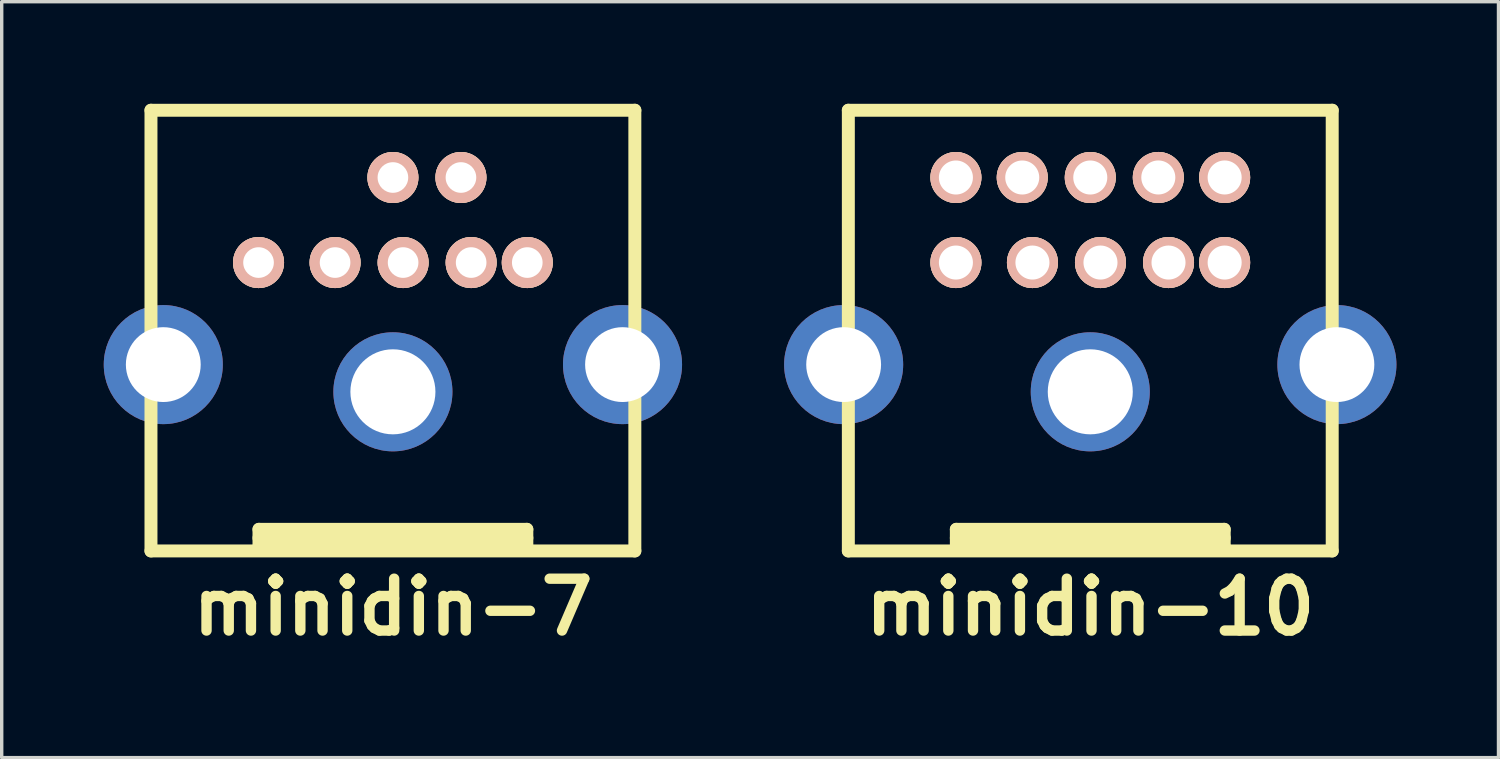
<source format=kicad_pcb>
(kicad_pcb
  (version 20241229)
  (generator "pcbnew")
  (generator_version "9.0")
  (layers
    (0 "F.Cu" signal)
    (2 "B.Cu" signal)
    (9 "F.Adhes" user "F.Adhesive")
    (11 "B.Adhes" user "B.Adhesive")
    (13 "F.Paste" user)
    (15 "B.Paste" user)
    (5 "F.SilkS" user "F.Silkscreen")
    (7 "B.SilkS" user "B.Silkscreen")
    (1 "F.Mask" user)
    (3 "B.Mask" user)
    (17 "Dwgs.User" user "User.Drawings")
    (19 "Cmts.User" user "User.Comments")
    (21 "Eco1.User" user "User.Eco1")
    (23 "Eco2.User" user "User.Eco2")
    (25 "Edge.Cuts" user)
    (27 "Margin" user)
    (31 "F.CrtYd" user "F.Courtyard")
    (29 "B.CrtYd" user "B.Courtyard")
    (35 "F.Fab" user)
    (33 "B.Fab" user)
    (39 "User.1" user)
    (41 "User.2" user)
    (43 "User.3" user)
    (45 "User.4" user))
  (footprint "minidin-7"
    (layer "F.Cu")
    (at 8.5 6.668)
    (property "Reference" "minidin-7" (at 0 8.128 0) (layer "F.SilkS") (effects (font (size 1.524 1.524) (thickness 0.305))))
    (attr through_hole)
    (fp_line (start -7.112 -6.477) (end -7.112 6.477) (stroke (width 0.381) (type solid)) (layer "F.SilkS"))
    (fp_line (start -7.112 6.477) (end 7.112 6.477) (stroke (width 0.381) (type solid)) (layer "F.SilkS"))
    (fp_line (start -3.937 5.842) (end -3.937 6.35) (stroke (width 0.381) (type solid)) (layer "F.SilkS"))
    (fp_line (start -3.937 5.842) (end 3.937 5.842) (stroke (width 0.381) (type solid)) (layer "F.SilkS"))
    (fp_line (start -3.937 6.096) (end 3.937 6.096) (stroke (width 0.381) (type solid)) (layer "F.SilkS"))
    (fp_line (start 3.937 5.842) (end 3.937 6.35) (stroke (width 0.381) (type solid)) (layer "F.SilkS"))
    (fp_line (start 3.937 6.35) (end -3.937 6.35) (stroke (width 0.381) (type solid)) (layer "F.SilkS"))
    (fp_line (start 7.112 -6.477) (end -7.112 -6.477) (stroke (width 0.381) (type solid)) (layer "F.SilkS"))
    (fp_line (start 7.112 6.477) (end 7.112 -6.477) (stroke (width 0.381) (type solid)) (layer "F.SilkS"))
    (pad "1" thru_hole circle (at 2.3 -2) (size 1.5 1.5) (drill 0.9) (layers "*.Cu" "*.SilkS" "*.Mask"))
    (pad "2" thru_hole circle (at 0.3 -2) (size 1.5 1.5) (drill 0.9) (layers "*.Cu" "*.SilkS" "*.Mask"))
    (pad "3" thru_hole circle (at -1.7 -2) (size 1.5 1.5) (drill 0.9) (layers "*.Cu" "*.SilkS" "*.Mask"))
    (pad "4" thru_hole circle (at 3.95 -2) (size 1.5 1.5) (drill 0.9) (layers "*.Cu" "*.SilkS" "*.Mask"))
    (pad "5" thru_hole circle (at 2 -4.5) (size 1.5 1.5) (drill 0.9) (layers "*.Cu" "*.SilkS" "*.Mask"))
    (pad "6" thru_hole circle (at 0 -4.5) (size 1.5 1.5) (drill 0.9) (layers "*.Cu" "*.SilkS" "*.Mask"))
    (pad "7" thru_hole circle (at -3.95 -2) (size 1.5 1.5) (drill 0.9) (layers "*.Cu" "*.SilkS" "*.Mask"))
    (pad "11" thru_hole circle (at -6.75 1) (size 3.5 3.5) (drill 2.2) (layers "*.Cu"))
    (pad "12" thru_hole circle (at 0 1.8) (size 3.5 3.5) (drill 2.5) (layers "*.Cu"))
    (pad "13" thru_hole circle (at 6.75 1) (size 3.5 3.5) (drill 2.2) (layers "*.Cu")))
  (footprint "minidin-10"
    (layer "F.Cu")
    (at 29 6.668)
    (property "Reference" "minidin-10" (at 0 8.128 0) (layer "F.SilkS") (effects (font (size 1.524 1.524) (thickness 0.305))))
    (attr through_hole)
    (fp_line (start -7.112 -6.477) (end -7.112 6.477) (stroke (width 0.381) (type solid)) (layer "F.SilkS"))
    (fp_line (start -7.112 6.477) (end 7.112 6.477) (stroke (width 0.381) (type solid)) (layer "F.SilkS"))
    (fp_line (start -3.937 5.842) (end -3.937 6.35) (stroke (width 0.381) (type solid)) (layer "F.SilkS"))
    (fp_line (start -3.937 5.842) (end 3.937 5.842) (stroke (width 0.381) (type solid)) (layer "F.SilkS"))
    (fp_line (start -3.937 6.096) (end 3.937 6.096) (stroke (width 0.381) (type solid)) (layer "F.SilkS"))
    (fp_line (start 3.937 5.842) (end 3.937 6.35) (stroke (width 0.381) (type solid)) (layer "F.SilkS"))
    (fp_line (start 3.937 6.35) (end -3.937 6.35) (stroke (width 0.381) (type solid)) (layer "F.SilkS"))
    (fp_line (start 7.112 -6.477) (end -7.112 -6.477) (stroke (width 0.381) (type solid)) (layer "F.SilkS"))
    (fp_line (start 7.112 6.477) (end 7.112 -6.477) (stroke (width 0.381) (type solid)) (layer "F.SilkS"))
    (pad "1" thru_hole circle (at 2.3 -2) (size 1.5 1.5) (drill 1) (layers "*.Cu" "*.SilkS" "*.Mask"))
    (pad "2" thru_hole circle (at 0.3 -2) (size 1.5 1.5) (drill 1) (layers "*.Cu" "*.SilkS" "*.Mask"))
    (pad "3" thru_hole circle (at -1.7 -2) (size 1.5 1.5) (drill 1) (layers "*.Cu" "*.SilkS" "*.Mask"))
    (pad "4" thru_hole circle (at 3.95 -2) (size 1.5 1.5) (drill 1) (layers "*.Cu" "*.SilkS" "*.Mask"))
    (pad "5" thru_hole circle (at 2 -4.501) (size 1.5 1.5) (drill 1) (layers "*.Cu" "*.SilkS" "*.Mask"))
    (pad "6" thru_hole circle (at 0 -4.5) (size 1.5 1.5) (drill 1) (layers "*.Cu" "*.SilkS" "*.Mask"))
    (pad "7" thru_hole circle (at -3.95 -2) (size 1.5 1.5) (drill 1) (layers "*.Cu" "*.SilkS" "*.Mask"))
    (pad "8" thru_hole circle (at 3.95 -4.501) (size 1.5 1.5) (drill 1) (layers "*.Cu" "*.SilkS" "*.Mask"))
    (pad "9" thru_hole circle (at -2 -4.5) (size 1.5 1.5) (drill 1) (layers "*.Cu" "*.SilkS" "*.Mask"))
    (pad "10" thru_hole circle (at -3.95 -4.5) (size 1.5 1.5) (drill 1) (layers "*.Cu" "*.SilkS" "*.Mask"))
    (pad "11" thru_hole circle (at -7.25 1) (size 3.5 3.5) (drill 2.2) (layers "*.Cu"))
    (pad "12" thru_hole circle (at 0 1.8) (size 3.5 3.5) (drill 2.5) (layers "*.Cu"))
    (pad "13" thru_hole circle (at 7.25 1) (size 3.5 3.5) (drill 2.2) (layers "*.Cu")))
  (gr_rect
    (start -3 -3)
    (end 41 19.222)
    (stroke (width 0.1) (type default))
    (fill no)
    (layer "Edge.Cuts")))
</source>
